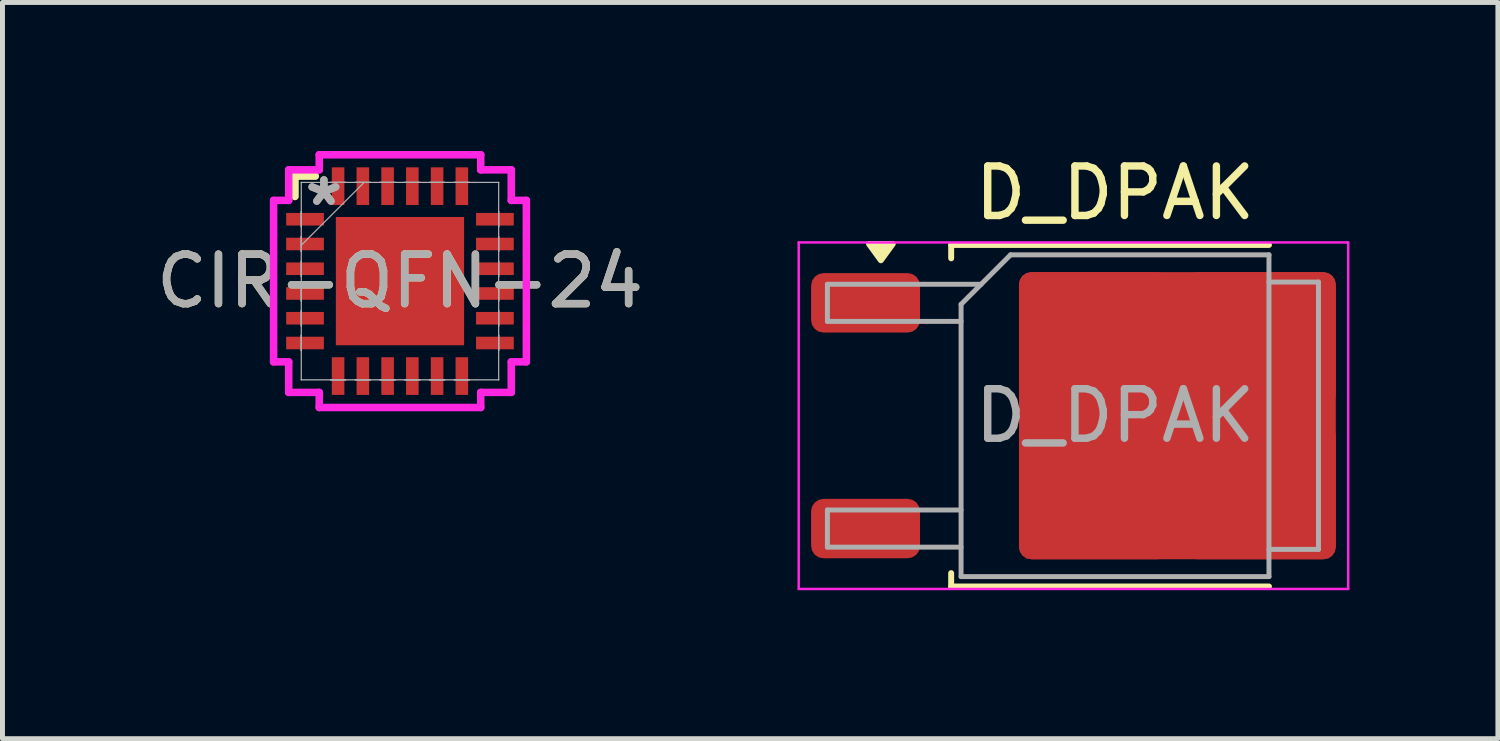
<source format=kicad_pcb>
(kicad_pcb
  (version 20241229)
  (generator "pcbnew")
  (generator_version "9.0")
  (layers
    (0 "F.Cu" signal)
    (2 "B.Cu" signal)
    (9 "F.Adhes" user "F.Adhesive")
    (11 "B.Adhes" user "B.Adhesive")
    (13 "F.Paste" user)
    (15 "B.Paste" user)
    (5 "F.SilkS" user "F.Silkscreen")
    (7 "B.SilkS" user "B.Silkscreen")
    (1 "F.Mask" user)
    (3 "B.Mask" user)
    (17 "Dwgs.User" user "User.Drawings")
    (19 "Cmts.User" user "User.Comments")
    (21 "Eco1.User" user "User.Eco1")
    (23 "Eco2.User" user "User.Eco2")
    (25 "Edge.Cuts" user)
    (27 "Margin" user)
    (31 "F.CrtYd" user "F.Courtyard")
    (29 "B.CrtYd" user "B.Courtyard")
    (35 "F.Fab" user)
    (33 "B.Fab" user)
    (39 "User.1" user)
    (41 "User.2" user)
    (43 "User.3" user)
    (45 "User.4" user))
  (footprint "CIR-QFN-24"
    (layer "F.Cu")
    (at 5.03 2.629)
    (property "Reference" "CIR-QFN-24" (at 0 0 0) (unlocked yes) (layer "F.SilkS") (effects (font (size 1 1) (thickness 0.15))))
    (attr smd)
    (fp_line (start -2.121 -2.121) (end -2.121 -1.71) (stroke (width 0.152) (type solid)) (layer "F.SilkS"))
    (fp_line (start -1.71 -2.121) (end -2.121 -2.121) (stroke (width 0.152) (type solid)) (layer "F.SilkS"))
    (fp_poly (pts (xy -1.195 -1.195) (xy -1.195 -0.1) (xy -0.1 -0.1) (xy -0.1 -1.195)) (stroke (width 0) (type solid)) (fill yes) (layer "F.Paste"))
    (fp_poly (pts (xy -1.195 0.1) (xy -1.195 1.195) (xy -0.1 1.195) (xy -0.1 0.1)) (stroke (width 0) (type solid)) (fill yes) (layer "F.Paste"))
    (fp_poly (pts (xy 0.1 -1.195) (xy 0.1 -0.1) (xy 1.195 -0.1) (xy 1.195 -1.195)) (stroke (width 0) (type solid)) (fill yes) (layer "F.Paste"))
    (fp_poly (pts (xy 0.1 0.1) (xy 0.1 1.195) (xy 1.195 1.195) (xy 1.195 0.1)) (stroke (width 0) (type solid)) (fill yes) (layer "F.Paste"))
    (fp_line (start -2.553 -1.631) (end -2.248 -1.631) (stroke (width 0.152) (type solid)) (layer "F.CrtYd"))
    (fp_line (start -2.553 1.631) (end -2.553 -1.631) (stroke (width 0.152) (type solid)) (layer "F.CrtYd"))
    (fp_line (start -2.248 -2.248) (end -1.631 -2.248) (stroke (width 0.152) (type solid)) (layer "F.CrtYd"))
    (fp_line (start -2.248 -1.631) (end -2.248 -2.248) (stroke (width 0.152) (type solid)) (layer "F.CrtYd"))
    (fp_line (start -2.248 1.631) (end -2.553 1.631) (stroke (width 0.152) (type solid)) (layer "F.CrtYd"))
    (fp_line (start -2.248 2.248) (end -2.248 1.631) (stroke (width 0.152) (type solid)) (layer "F.CrtYd"))
    (fp_line (start -1.631 -2.553) (end 1.631 -2.553) (stroke (width 0.152) (type solid)) (layer "F.CrtYd"))
    (fp_line (start -1.631 -2.248) (end -1.631 -2.553) (stroke (width 0.152) (type solid)) (layer "F.CrtYd"))
    (fp_line (start -1.631 2.248) (end -2.248 2.248) (stroke (width 0.152) (type solid)) (layer "F.CrtYd"))
    (fp_line (start -1.631 2.553) (end -1.631 2.248) (stroke (width 0.152) (type solid)) (layer "F.CrtYd"))
    (fp_line (start 1.631 -2.553) (end 1.631 -2.248) (stroke (width 0.152) (type solid)) (layer "F.CrtYd"))
    (fp_line (start 1.631 -2.248) (end 2.248 -2.248) (stroke (width 0.152) (type solid)) (layer "F.CrtYd"))
    (fp_line (start 1.631 2.248) (end 1.631 2.553) (stroke (width 0.152) (type solid)) (layer "F.CrtYd"))
    (fp_line (start 1.631 2.553) (end -1.631 2.553) (stroke (width 0.152) (type solid)) (layer "F.CrtYd"))
    (fp_line (start 2.248 -2.248) (end 2.248 -1.631) (stroke (width 0.152) (type solid)) (layer "F.CrtYd"))
    (fp_line (start 2.248 -1.631) (end 2.553 -1.631) (stroke (width 0.152) (type solid)) (layer "F.CrtYd"))
    (fp_line (start 2.248 1.631) (end 2.248 2.248) (stroke (width 0.152) (type solid)) (layer "F.CrtYd"))
    (fp_line (start 2.248 2.248) (end 1.631 2.248) (stroke (width 0.152) (type solid)) (layer "F.CrtYd"))
    (fp_line (start 2.553 -1.631) (end 2.553 1.631) (stroke (width 0.152) (type solid)) (layer "F.CrtYd"))
    (fp_line (start 2.553 1.631) (end 2.248 1.631) (stroke (width 0.152) (type solid)) (layer "F.CrtYd"))
    (fp_line (start -1.994 -1.994) (end -1.994 -1.994) (stroke (width 0.025) (type solid)) (layer "F.Fab"))
    (fp_line (start -1.994 -1.994) (end -1.994 1.994) (stroke (width 0.025) (type solid)) (layer "F.Fab"))
    (fp_line (start -1.994 -1.402) (end -1.994 -1.402) (stroke (width 0.025) (type solid)) (layer "F.Fab"))
    (fp_line (start -1.994 -1.402) (end -1.994 -1.098) (stroke (width 0.025) (type solid)) (layer "F.Fab"))
    (fp_line (start -1.994 -1.098) (end -1.994 -1.402) (stroke (width 0.025) (type solid)) (layer "F.Fab"))
    (fp_line (start -1.994 -1.098) (end -1.994 -1.098) (stroke (width 0.025) (type solid)) (layer "F.Fab"))
    (fp_line (start -1.994 -0.902) (end -1.994 -0.902) (stroke (width 0.025) (type solid)) (layer "F.Fab"))
    (fp_line (start -1.994 -0.902) (end -1.994 -0.598) (stroke (width 0.025) (type solid)) (layer "F.Fab"))
    (fp_line (start -1.994 -0.724) (end -0.724 -1.994) (stroke (width 0.025) (type solid)) (layer "F.Fab"))
    (fp_line (start -1.994 -0.598) (end -1.994 -0.902) (stroke (width 0.025) (type solid)) (layer "F.Fab"))
    (fp_line (start -1.994 -0.598) (end -1.994 -0.598) (stroke (width 0.025) (type solid)) (layer "F.Fab"))
    (fp_line (start -1.994 -0.402) (end -1.994 -0.402) (stroke (width 0.025) (type solid)) (layer "F.Fab"))
    (fp_line (start -1.994 -0.402) (end -1.994 -0.098) (stroke (width 0.025) (type solid)) (layer "F.Fab"))
    (fp_line (start -1.994 -0.098) (end -1.994 -0.402) (stroke (width 0.025) (type solid)) (layer "F.Fab"))
    (fp_line (start -1.994 -0.098) (end -1.994 -0.098) (stroke (width 0.025) (type solid)) (layer "F.Fab"))
    (fp_line (start -1.994 0.098) (end -1.994 0.098) (stroke (width 0.025) (type solid)) (layer "F.Fab"))
    (fp_line (start -1.994 0.098) (end -1.994 0.402) (stroke (width 0.025) (type solid)) (layer "F.Fab"))
    (fp_line (start -1.994 0.402) (end -1.994 0.098) (stroke (width 0.025) (type solid)) (layer "F.Fab"))
    (fp_line (start -1.994 0.402) (end -1.994 0.402) (stroke (width 0.025) (type solid)) (layer "F.Fab"))
    (fp_line (start -1.994 0.598) (end -1.994 0.598) (stroke (width 0.025) (type solid)) (layer "F.Fab"))
    (fp_line (start -1.994 0.598) (end -1.994 0.902) (stroke (width 0.025) (type solid)) (layer "F.Fab"))
    (fp_line (start -1.994 0.902) (end -1.994 0.598) (stroke (width 0.025) (type solid)) (layer "F.Fab"))
    (fp_line (start -1.994 0.902) (end -1.994 0.902) (stroke (width 0.025) (type solid)) (layer "F.Fab"))
    (fp_line (start -1.994 1.098) (end -1.994 1.098) (stroke (width 0.025) (type solid)) (layer "F.Fab"))
    (fp_line (start -1.994 1.098) (end -1.994 1.402) (stroke (width 0.025) (type solid)) (layer "F.Fab"))
    (fp_line (start -1.994 1.402) (end -1.994 1.098) (stroke (width 0.025) (type solid)) (layer "F.Fab"))
    (fp_line (start -1.994 1.402) (end -1.994 1.402) (stroke (width 0.025) (type solid)) (layer "F.Fab"))
    (fp_line (start -1.994 1.994) (end -1.994 1.994) (stroke (width 0.025) (type solid)) (layer "F.Fab"))
    (fp_line (start -1.994 1.994) (end 1.994 1.994) (stroke (width 0.025) (type solid)) (layer "F.Fab"))
    (fp_line (start -1.402 -1.994) (end -1.402 -1.994) (stroke (width 0.025) (type solid)) (layer "F.Fab"))
    (fp_line (start -1.402 -1.994) (end -1.098 -1.994) (stroke (width 0.025) (type solid)) (layer "F.Fab"))
    (fp_line (start -1.402 1.994) (end -1.402 1.994) (stroke (width 0.025) (type solid)) (layer "F.Fab"))
    (fp_line (start -1.402 1.994) (end -1.098 1.994) (stroke (width 0.025) (type solid)) (layer "F.Fab"))
    (fp_line (start -1.098 -1.994) (end -1.402 -1.994) (stroke (width 0.025) (type solid)) (layer "F.Fab"))
    (fp_line (start -1.098 -1.994) (end -1.098 -1.994) (stroke (width 0.025) (type solid)) (layer "F.Fab"))
    (fp_line (start -1.098 1.994) (end -1.402 1.994) (stroke (width 0.025) (type solid)) (layer "F.Fab"))
    (fp_line (start -1.098 1.994) (end -1.098 1.994) (stroke (width 0.025) (type solid)) (layer "F.Fab"))
    (fp_line (start -0.902 -1.994) (end -0.902 -1.994) (stroke (width 0.025) (type solid)) (layer "F.Fab"))
    (fp_line (start -0.902 -1.994) (end -0.598 -1.994) (stroke (width 0.025) (type solid)) (layer "F.Fab"))
    (fp_line (start -0.902 1.994) (end -0.902 1.994) (stroke (width 0.025) (type solid)) (layer "F.Fab"))
    (fp_line (start -0.902 1.994) (end -0.598 1.994) (stroke (width 0.025) (type solid)) (layer "F.Fab"))
    (fp_line (start -0.598 -1.994) (end -0.902 -1.994) (stroke (width 0.025) (type solid)) (layer "F.Fab"))
    (fp_line (start -0.598 -1.994) (end -0.598 -1.994) (stroke (width 0.025) (type solid)) (layer "F.Fab"))
    (fp_line (start -0.598 1.994) (end -0.902 1.994) (stroke (width 0.025) (type solid)) (layer "F.Fab"))
    (fp_line (start -0.598 1.994) (end -0.598 1.994) (stroke (width 0.025) (type solid)) (layer "F.Fab"))
    (fp_line (start -0.402 -1.994) (end -0.402 -1.994) (stroke (width 0.025) (type solid)) (layer "F.Fab"))
    (fp_line (start -0.402 -1.994) (end -0.098 -1.994) (stroke (width 0.025) (type solid)) (layer "F.Fab"))
    (fp_line (start -0.402 1.994) (end -0.402 1.994) (stroke (width 0.025) (type solid)) (layer "F.Fab"))
    (fp_line (start -0.402 1.994) (end -0.098 1.994) (stroke (width 0.025) (type solid)) (layer "F.Fab"))
    (fp_line (start -0.098 -1.994) (end -0.402 -1.994) (stroke (width 0.025) (type solid)) (layer "F.Fab"))
    (fp_line (start -0.098 -1.994) (end -0.098 -1.994) (stroke (width 0.025) (type solid)) (layer "F.Fab"))
    (fp_line (start -0.098 1.994) (end -0.402 1.994) (stroke (width 0.025) (type solid)) (layer "F.Fab"))
    (fp_line (start -0.098 1.994) (end -0.098 1.994) (stroke (width 0.025) (type solid)) (layer "F.Fab"))
    (fp_line (start 0.098 -1.994) (end 0.098 -1.994) (stroke (width 0.025) (type solid)) (layer "F.Fab"))
    (fp_line (start 0.098 -1.994) (end 0.402 -1.994) (stroke (width 0.025) (type solid)) (layer "F.Fab"))
    (fp_line (start 0.098 1.994) (end 0.098 1.994) (stroke (width 0.025) (type solid)) (layer "F.Fab"))
    (fp_line (start 0.098 1.994) (end 0.402 1.994) (stroke (width 0.025) (type solid)) (layer "F.Fab"))
    (fp_line (start 0.402 -1.994) (end 0.098 -1.994) (stroke (width 0.025) (type solid)) (layer "F.Fab"))
    (fp_line (start 0.402 -1.994) (end 0.402 -1.994) (stroke (width 0.025) (type solid)) (layer "F.Fab"))
    (fp_line (start 0.402 1.994) (end 0.098 1.994) (stroke (width 0.025) (type solid)) (layer "F.Fab"))
    (fp_line (start 0.402 1.994) (end 0.402 1.994) (stroke (width 0.025) (type solid)) (layer "F.Fab"))
    (fp_line (start 0.598 -1.994) (end 0.598 -1.994) (stroke (width 0.025) (type solid)) (layer "F.Fab"))
    (fp_line (start 0.598 -1.994) (end 0.902 -1.994) (stroke (width 0.025) (type solid)) (layer "F.Fab"))
    (fp_line (start 0.598 1.994) (end 0.598 1.994) (stroke (width 0.025) (type solid)) (layer "F.Fab"))
    (fp_line (start 0.598 1.994) (end 0.902 1.994) (stroke (width 0.025) (type solid)) (layer "F.Fab"))
    (fp_line (start 0.902 -1.994) (end 0.598 -1.994) (stroke (width 0.025) (type solid)) (layer "F.Fab"))
    (fp_line (start 0.902 -1.994) (end 0.902 -1.994) (stroke (width 0.025) (type solid)) (layer "F.Fab"))
    (fp_line (start 0.902 1.994) (end 0.598 1.994) (stroke (width 0.025) (type solid)) (layer "F.Fab"))
    (fp_line (start 0.902 1.994) (end 0.902 1.994) (stroke (width 0.025) (type solid)) (layer "F.Fab"))
    (fp_line (start 1.098 -1.994) (end 1.098 -1.994) (stroke (width 0.025) (type solid)) (layer "F.Fab"))
    (fp_line (start 1.098 -1.994) (end 1.402 -1.994) (stroke (width 0.025) (type solid)) (layer "F.Fab"))
    (fp_line (start 1.098 1.994) (end 1.098 1.994) (stroke (width 0.025) (type solid)) (layer "F.Fab"))
    (fp_line (start 1.098 1.994) (end 1.402 1.994) (stroke (width 0.025) (type solid)) (layer "F.Fab"))
    (fp_line (start 1.402 -1.994) (end 1.098 -1.994) (stroke (width 0.025) (type solid)) (layer "F.Fab"))
    (fp_line (start 1.402 -1.994) (end 1.402 -1.994) (stroke (width 0.025) (type solid)) (layer "F.Fab"))
    (fp_line (start 1.402 1.994) (end 1.098 1.994) (stroke (width 0.025) (type solid)) (layer "F.Fab"))
    (fp_line (start 1.402 1.994) (end 1.402 1.994) (stroke (width 0.025) (type solid)) (layer "F.Fab"))
    (fp_line (start 1.994 -1.994) (end -1.994 -1.994) (stroke (width 0.025) (type solid)) (layer "F.Fab"))
    (fp_line (start 1.994 -1.994) (end 1.994 -1.994) (stroke (width 0.025) (type solid)) (layer "F.Fab"))
    (fp_line (start 1.994 -1.402) (end 1.994 -1.402) (stroke (width 0.025) (type solid)) (layer "F.Fab"))
    (fp_line (start 1.994 -1.402) (end 1.994 -1.098) (stroke (width 0.025) (type solid)) (layer "F.Fab"))
    (fp_line (start 1.994 -1.098) (end 1.994 -1.402) (stroke (width 0.025) (type solid)) (layer "F.Fab"))
    (fp_line (start 1.994 -1.098) (end 1.994 -1.098) (stroke (width 0.025) (type solid)) (layer "F.Fab"))
    (fp_line (start 1.994 -0.902) (end 1.994 -0.902) (stroke (width 0.025) (type solid)) (layer "F.Fab"))
    (fp_line (start 1.994 -0.902) (end 1.994 -0.598) (stroke (width 0.025) (type solid)) (layer "F.Fab"))
    (fp_line (start 1.994 -0.598) (end 1.994 -0.902) (stroke (width 0.025) (type solid)) (layer "F.Fab"))
    (fp_line (start 1.994 -0.598) (end 1.994 -0.598) (stroke (width 0.025) (type solid)) (layer "F.Fab"))
    (fp_line (start 1.994 -0.402) (end 1.994 -0.402) (stroke (width 0.025) (type solid)) (layer "F.Fab"))
    (fp_line (start 1.994 -0.402) (end 1.994 -0.098) (stroke (width 0.025) (type solid)) (layer "F.Fab"))
    (fp_line (start 1.994 -0.098) (end 1.994 -0.402) (stroke (width 0.025) (type solid)) (layer "F.Fab"))
    (fp_line (start 1.994 -0.098) (end 1.994 -0.098) (stroke (width 0.025) (type solid)) (layer "F.Fab"))
    (fp_line (start 1.994 0.098) (end 1.994 0.098) (stroke (width 0.025) (type solid)) (layer "F.Fab"))
    (fp_line (start 1.994 0.098) (end 1.994 0.402) (stroke (width 0.025) (type solid)) (layer "F.Fab"))
    (fp_line (start 1.994 0.402) (end 1.994 0.098) (stroke (width 0.025) (type solid)) (layer "F.Fab"))
    (fp_line (start 1.994 0.402) (end 1.994 0.402) (stroke (width 0.025) (type solid)) (layer "F.Fab"))
    (fp_line (start 1.994 0.598) (end 1.994 0.598) (stroke (width 0.025) (type solid)) (layer "F.Fab"))
    (fp_line (start 1.994 0.598) (end 1.994 0.902) (stroke (width 0.025) (type solid)) (layer "F.Fab"))
    (fp_line (start 1.994 0.902) (end 1.994 0.598) (stroke (width 0.025) (type solid)) (layer "F.Fab"))
    (fp_line (start 1.994 0.902) (end 1.994 0.902) (stroke (width 0.025) (type solid)) (layer "F.Fab"))
    (fp_line (start 1.994 1.098) (end 1.994 1.098) (stroke (width 0.025) (type solid)) (layer "F.Fab"))
    (fp_line (start 1.994 1.098) (end 1.994 1.402) (stroke (width 0.025) (type solid)) (layer "F.Fab"))
    (fp_line (start 1.994 1.402) (end 1.994 1.098) (stroke (width 0.025) (type solid)) (layer "F.Fab"))
    (fp_line (start 1.994 1.402) (end 1.994 1.402) (stroke (width 0.025) (type solid)) (layer "F.Fab"))
    (fp_line (start 1.994 1.994) (end 1.994 -1.994) (stroke (width 0.025) (type solid)) (layer "F.Fab"))
    (fp_line (start 1.994 1.994) (end 1.994 1.994) (stroke (width 0.025) (type solid)) (layer "F.Fab"))
    (fp_text user "*" (at -1.537 -1.5 0) (layer "F.Fab") (effects (font (size 1 1) (thickness 0.15))))
    (fp_text user "*" (at -1.537 -1.5 0) (unlocked yes) (layer "F.Fab") (effects (font (size 1 1) (thickness 0.15))))
    (fp_text user "${REFERENCE}" (at 0 0 0) (unlocked yes) (layer "F.Fab") (effects (font (size 1 1) (thickness 0.15))))
    (pad "1" smd rect (at -1.918 -1.25 90) (size 0.254 0.762) (layers "F.Cu" "F.Mask" "F.Paste"))
    (pad "2" smd rect (at -1.918 -0.75 90) (size 0.254 0.762) (layers "F.Cu" "F.Mask" "F.Paste"))
    (pad "3" smd rect (at -1.918 -0.25 90) (size 0.254 0.762) (layers "F.Cu" "F.Mask" "F.Paste"))
    (pad "4" smd rect (at -1.918 0.25 90) (size 0.254 0.762) (layers "F.Cu" "F.Mask" "F.Paste"))
    (pad "5" smd rect (at -1.918 0.75 90) (size 0.254 0.762) (layers "F.Cu" "F.Mask" "F.Paste"))
    (pad "6" smd rect (at -1.918 1.25 90) (size 0.254 0.762) (layers "F.Cu" "F.Mask" "F.Paste"))
    (pad "7" smd rect (at -1.25 1.918) (size 0.254 0.762) (layers "F.Cu" "F.Mask" "F.Paste"))
    (pad "8" smd rect (at -0.75 1.918) (size 0.254 0.762) (layers "F.Cu" "F.Mask" "F.Paste"))
    (pad "9" smd rect (at -0.25 1.918) (size 0.254 0.762) (layers "F.Cu" "F.Mask" "F.Paste"))
    (pad "10" smd rect (at 0.25 1.918) (size 0.254 0.762) (layers "F.Cu" "F.Mask" "F.Paste"))
    (pad "11" smd rect (at 0.75 1.918) (size 0.254 0.762) (layers "F.Cu" "F.Mask" "F.Paste"))
    (pad "12" smd rect (at 1.25 1.918) (size 0.254 0.762) (layers "F.Cu" "F.Mask" "F.Paste"))
    (pad "13" smd rect (at 1.918 1.25 90) (size 0.254 0.762) (layers "F.Cu" "F.Mask" "F.Paste"))
    (pad "14" smd rect (at 1.918 0.75 90) (size 0.254 0.762) (layers "F.Cu" "F.Mask" "F.Paste"))
    (pad "15" smd rect (at 1.918 0.25 90) (size 0.254 0.762) (layers "F.Cu" "F.Mask" "F.Paste"))
    (pad "16" smd rect (at 1.918 -0.25 90) (size 0.254 0.762) (layers "F.Cu" "F.Mask" "F.Paste"))
    (pad "17" smd rect (at 1.918 -0.75 90) (size 0.254 0.762) (layers "F.Cu" "F.Mask" "F.Paste"))
    (pad "18" smd rect (at 1.918 -1.25 90) (size 0.254 0.762) (layers "F.Cu" "F.Mask" "F.Paste"))
    (pad "19" smd rect (at 1.25 -1.918) (size 0.254 0.762) (layers "F.Cu" "F.Mask" "F.Paste"))
    (pad "20" smd rect (at 0.75 -1.918) (size 0.254 0.762) (layers "F.Cu" "F.Mask" "F.Paste"))
    (pad "21" smd rect (at 0.25 -1.918) (size 0.254 0.762) (layers "F.Cu" "F.Mask" "F.Paste"))
    (pad "22" smd rect (at -0.25 -1.918) (size 0.254 0.762) (layers "F.Cu" "F.Mask" "F.Paste"))
    (pad "23" smd rect (at -0.75 -1.918) (size 0.254 0.762) (layers "F.Cu" "F.Mask" "F.Paste"))
    (pad "24" smd rect (at -1.25 -1.918) (size 0.254 0.762) (layers "F.Cu" "F.Mask" "F.Paste"))
    (pad "25" smd rect (at 0 0) (size 2.591 2.591) (layers "F.Cu" "F.Mask" "F.Paste")))
  (footprint "D_DPAK"
    (layer "F.Cu")
    (at 19.475 5.348)
    (property "Reference" "D_DPAK" (at 0 -4.5 0) (layer "F.SilkS") (effects (font (size 1 1) (thickness 0.15))))
    (attr smd)
    (fp_line (start -3.31 -3.45) (end -3.31 -3.18) (stroke (width 0.12) (type solid)) (layer "F.SilkS"))
    (fp_line (start -3.31 3.45) (end -3.31 3.18) (stroke (width 0.12) (type solid)) (layer "F.SilkS"))
    (fp_line (start 3.11 -3.45) (end -3.31 -3.45) (stroke (width 0.12) (type solid)) (layer "F.SilkS"))
    (fp_line (start 3.11 3.45) (end -3.31 3.45) (stroke (width 0.12) (type solid)) (layer "F.SilkS"))
    (fp_poly (pts (xy -4.73 -3.14) (xy -4.97 -3.47) (xy -4.49 -3.47) (xy -4.73 -3.14)) (stroke (width 0.12) (type solid)) (fill yes) (layer "F.SilkS"))
    (fp_line (start -6.39 -3.5) (end -6.39 3.5) (stroke (width 0.05) (type solid)) (layer "F.CrtYd"))
    (fp_line (start -6.39 3.5) (end 4.71 3.5) (stroke (width 0.05) (type solid)) (layer "F.CrtYd"))
    (fp_line (start 4.71 -3.5) (end -6.39 -3.5) (stroke (width 0.05) (type solid)) (layer "F.CrtYd"))
    (fp_line (start 4.71 3.5) (end 4.71 -3.5) (stroke (width 0.05) (type solid)) (layer "F.CrtYd"))
    (fp_line (start -5.81 -2.655) (end -5.81 -1.905) (stroke (width 0.1) (type solid)) (layer "F.Fab"))
    (fp_line (start -5.81 -1.905) (end -3.11 -1.905) (stroke (width 0.1) (type solid)) (layer "F.Fab"))
    (fp_line (start -5.81 1.905) (end -5.81 2.655) (stroke (width 0.1) (type solid)) (layer "F.Fab"))
    (fp_line (start -5.81 2.655) (end -3.11 2.655) (stroke (width 0.1) (type solid)) (layer "F.Fab"))
    (fp_line (start -3.11 -2.25) (end -2.11 -3.25) (stroke (width 0.1) (type solid)) (layer "F.Fab"))
    (fp_line (start -3.11 1.905) (end -5.81 1.905) (stroke (width 0.1) (type solid)) (layer "F.Fab"))
    (fp_line (start -3.11 3.25) (end -3.11 -2.25) (stroke (width 0.1) (type solid)) (layer "F.Fab"))
    (fp_line (start -2.705 -2.655) (end -5.81 -2.655) (stroke (width 0.1) (type solid)) (layer "F.Fab"))
    (fp_line (start -2.11 -3.25) (end 3.11 -3.25) (stroke (width 0.1) (type solid)) (layer "F.Fab"))
    (fp_line (start 3.11 -3.25) (end 3.11 3.25) (stroke (width 0.1) (type solid)) (layer "F.Fab"))
    (fp_line (start 3.11 -2.7) (end 4.11 -2.7) (stroke (width 0.1) (type solid)) (layer "F.Fab"))
    (fp_line (start 3.11 3.25) (end -3.11 3.25) (stroke (width 0.1) (type solid)) (layer "F.Fab"))
    (fp_line (start 4.11 -2.7) (end 4.11 2.7) (stroke (width 0.1) (type solid)) (layer "F.Fab"))
    (fp_line (start 4.11 2.7) (end 3.11 2.7) (stroke (width 0.1) (type solid)) (layer "F.Fab"))
    (fp_text user "${REFERENCE}" (at 0 0 0) (layer "F.Fab") (effects (font (size 1 1) (thickness 0.15))))
    (pad "1" smd roundrect (at -0.415 -1.525) (size 3.05 2.75) (layers "F.Cu" "F.Paste") (roundrect_rratio 0.091))
    (pad "1" smd roundrect (at -0.415 1.525) (size 3.05 2.75) (layers "F.Cu" "F.Paste") (roundrect_rratio 0.091))
    (pad "1" smd roundrect (at 1.26 0) (size 6.4 5.8) (layers "F.Cu" "F.Mask") (roundrect_rratio 0.043))
    (pad "1" smd roundrect (at 2.935 -1.525) (size 3.05 2.75) (layers "F.Cu" "F.Paste") (roundrect_rratio 0.091))
    (pad "1" smd roundrect (at 2.935 1.525) (size 3.05 2.75) (layers "F.Cu" "F.Paste") (roundrect_rratio 0.091))
    (pad "2" smd roundrect (at -5.04 2.28) (size 2.2 1.2) (layers "F.Cu" "F.Mask" "F.Paste") (roundrect_rratio 0.208))
    (pad "NC" smd roundrect (at -5.04 -2.28) (size 2.2 1.2) (layers "F.Cu" "F.Mask" "F.Paste") (roundrect_rratio 0.208)))
  (gr_rect
    (start -3 -3)
    (end 27.21 11.873)
    (stroke (width 0.1) (type default))
    (fill no)
    (layer "Edge.Cuts")))
</source>
